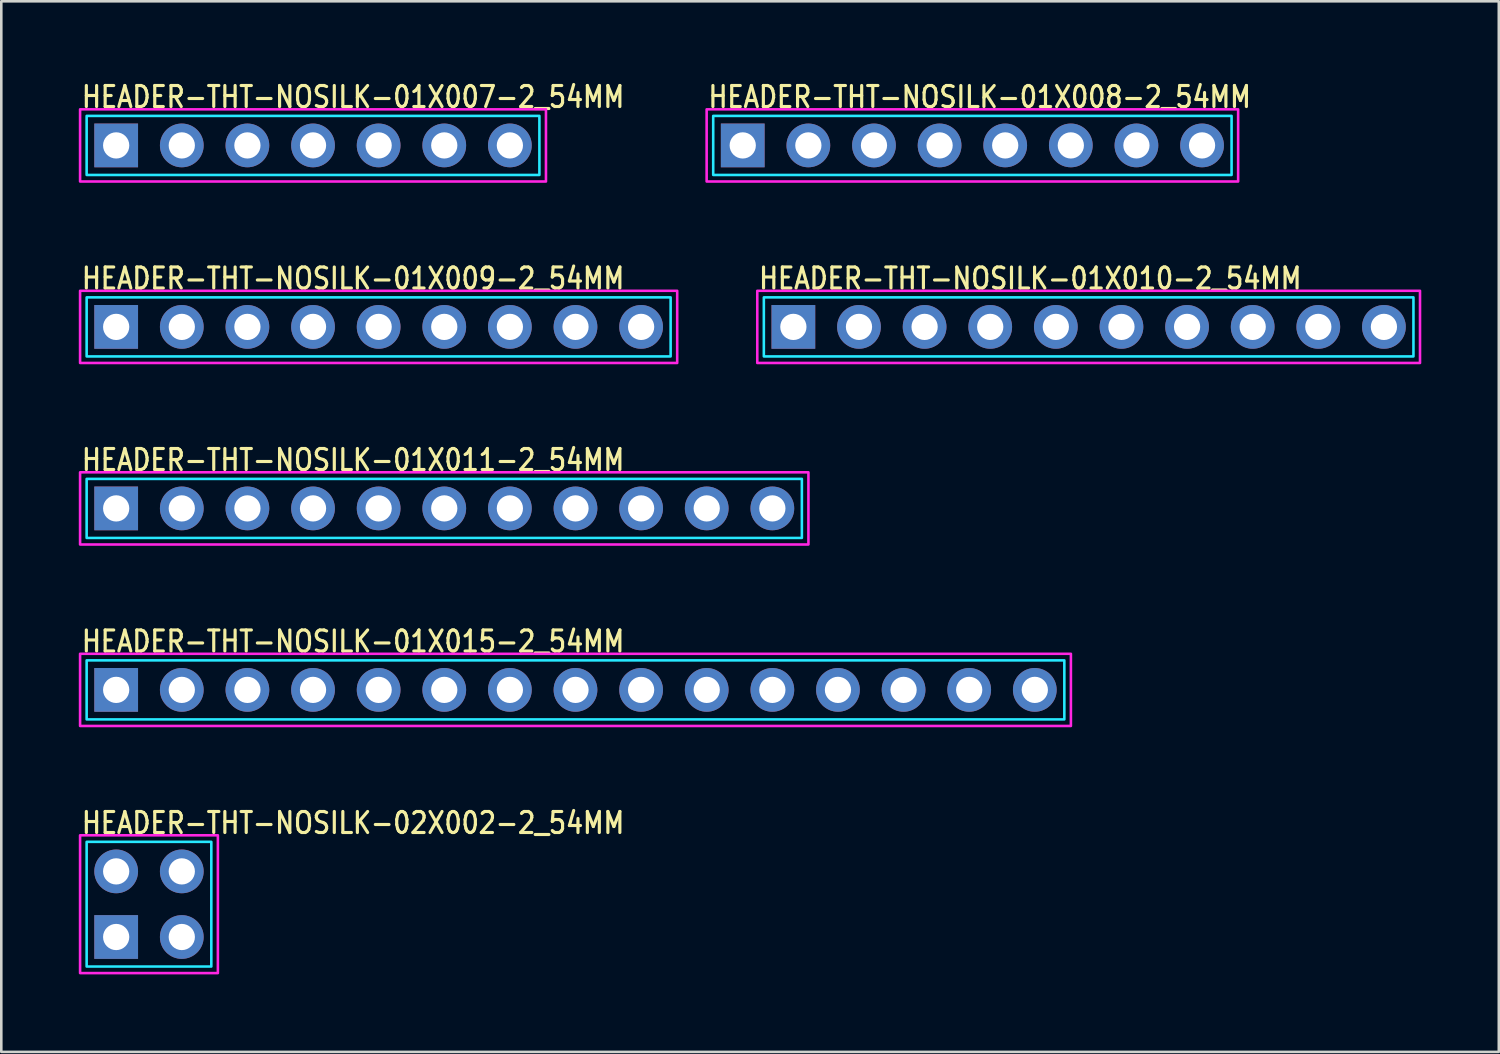
<source format=kicad_pcb>
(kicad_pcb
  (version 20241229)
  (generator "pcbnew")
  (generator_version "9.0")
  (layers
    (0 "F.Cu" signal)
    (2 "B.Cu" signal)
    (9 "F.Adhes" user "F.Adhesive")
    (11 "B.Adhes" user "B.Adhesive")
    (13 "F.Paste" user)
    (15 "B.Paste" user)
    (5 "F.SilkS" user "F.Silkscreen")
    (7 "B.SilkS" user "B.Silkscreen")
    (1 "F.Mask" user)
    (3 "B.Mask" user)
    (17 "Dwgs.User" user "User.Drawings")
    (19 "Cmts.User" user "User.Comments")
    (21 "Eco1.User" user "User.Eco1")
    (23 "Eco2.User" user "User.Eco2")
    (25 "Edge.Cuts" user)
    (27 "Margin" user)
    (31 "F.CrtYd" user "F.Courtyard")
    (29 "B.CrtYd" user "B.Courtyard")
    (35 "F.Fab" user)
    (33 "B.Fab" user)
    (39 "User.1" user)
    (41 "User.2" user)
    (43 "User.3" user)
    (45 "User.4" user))
  (footprint "HEADER-THT-NOSILK-01X010-2_54MM"
    (layer "F.Cu")
    (at 27.661 9.604)
    (property "Reference" "HEADER-THT-NOSILK-01X010-2_54MM" (at -1.4 -1.4 0) (unlocked yes) (layer "F.SilkS") (effects (font (size 0.813 0.695) (thickness 0.122)) (justify left bottom)))
    (fp_poly (pts (xy -1.143 -1.143) (xy 24.003 -1.143) (xy 24.003 1.143) (xy -1.143 1.143)) (stroke (width 0.1) (type solid)) (fill no) (layer "B.CrtYd"))
    (fp_poly (pts (xy -1.397 -1.397) (xy 24.257 -1.397) (xy 24.257 1.397) (xy -1.397 1.397)) (stroke (width 0.1) (type solid)) (fill no) (layer "F.CrtYd"))
    (pad "P$1" thru_hole rect (at 0 0) (size 1.693 1.693) (drill 1.016) (layers "*.Cu" "*.Mask"))
    (pad "P$2" thru_hole oval (at 2.54 0) (size 1.693 1.693) (drill 1.016) (layers "*.Cu" "*.Mask"))
    (pad "P$3" thru_hole oval (at 5.08 0) (size 1.693 1.693) (drill 1.016) (layers "*.Cu" "*.Mask"))
    (pad "P$4" thru_hole oval (at 7.62 0) (size 1.693 1.693) (drill 1.016) (layers "*.Cu" "*.Mask"))
    (pad "P$5" thru_hole oval (at 10.16 0) (size 1.693 1.693) (drill 1.016) (layers "*.Cu" "*.Mask"))
    (pad "P$6" thru_hole oval (at 12.7 0) (size 1.693 1.693) (drill 1.016) (layers "*.Cu" "*.Mask"))
    (pad "P$7" thru_hole oval (at 15.24 0) (size 1.693 1.693) (drill 1.016) (layers "*.Cu" "*.Mask"))
    (pad "P$8" thru_hole oval (at 17.78 0) (size 1.693 1.693) (drill 1.016) (layers "*.Cu" "*.Mask"))
    (pad "P$9" thru_hole oval (at 20.32 0) (size 1.693 1.693) (drill 1.016) (layers "*.Cu" "*.Mask"))
    (pad "P$10" thru_hole oval (at 22.86 0) (size 1.693 1.693) (drill 1.016) (layers "*.Cu" "*.Mask")))
  (footprint "HEADER-THT-NOSILK-02X002-2_54MM"
    (layer "F.Cu")
    (at 1.447 33.221)
    (property "Reference" "HEADER-THT-NOSILK-02X002-2_54MM" (at -1.4 -3.94 0) (unlocked yes) (layer "F.SilkS") (effects (font (size 0.813 0.695) (thickness 0.122)) (justify left bottom)))
    (fp_poly (pts (xy -1.143 -3.683) (xy 3.683 -3.683) (xy 3.683 1.143) (xy -1.143 1.143)) (stroke (width 0.1) (type solid)) (fill no) (layer "B.CrtYd"))
    (fp_poly (pts (xy -1.397 -3.937) (xy 3.937 -3.937) (xy 3.937 1.397) (xy -1.397 1.397)) (stroke (width 0.1) (type solid)) (fill no) (layer "F.CrtYd"))
    (pad "P$1" thru_hole rect (at 0 0) (size 1.693 1.693) (drill 1.016) (layers "*.Cu" "*.Mask"))
    (pad "P$2" thru_hole oval (at 0 -2.54) (size 1.693 1.693) (drill 1.016) (layers "*.Cu" "*.Mask"))
    (pad "P$3" thru_hole oval (at 2.54 0) (size 1.693 1.693) (drill 1.016) (layers "*.Cu" "*.Mask"))
    (pad "P$4" thru_hole oval (at 2.54 -2.54) (size 1.693 1.693) (drill 1.016) (layers "*.Cu" "*.Mask")))
  (footprint "HEADER-THT-NOSILK-01X007-2_54MM"
    (layer "F.Cu")
    (at 1.447 2.579)
    (property "Reference" "HEADER-THT-NOSILK-01X007-2_54MM" (at -1.4 -1.4 0) (unlocked yes) (layer "F.SilkS") (effects (font (size 0.813 0.695) (thickness 0.122)) (justify left bottom)))
    (fp_poly (pts (xy -1.143 -1.143) (xy 16.383 -1.143) (xy 16.383 1.143) (xy -1.143 1.143)) (stroke (width 0.1) (type solid)) (fill no) (layer "B.CrtYd"))
    (fp_poly (pts (xy -1.397 -1.397) (xy 16.637 -1.397) (xy 16.637 1.397) (xy -1.397 1.397)) (stroke (width 0.1) (type solid)) (fill no) (layer "F.CrtYd"))
    (pad "P$1" thru_hole rect (at 0 0) (size 1.693 1.693) (drill 1.016) (layers "*.Cu" "*.Mask"))
    (pad "P$2" thru_hole oval (at 2.54 0) (size 1.693 1.693) (drill 1.016) (layers "*.Cu" "*.Mask"))
    (pad "P$3" thru_hole oval (at 5.08 0) (size 1.693 1.693) (drill 1.016) (layers "*.Cu" "*.Mask"))
    (pad "P$4" thru_hole oval (at 7.62 0) (size 1.693 1.693) (drill 1.016) (layers "*.Cu" "*.Mask"))
    (pad "P$5" thru_hole oval (at 10.16 0) (size 1.693 1.693) (drill 1.016) (layers "*.Cu" "*.Mask"))
    (pad "P$6" thru_hole oval (at 12.7 0) (size 1.693 1.693) (drill 1.016) (layers "*.Cu" "*.Mask"))
    (pad "P$7" thru_hole oval (at 15.24 0) (size 1.693 1.693) (drill 1.016) (layers "*.Cu" "*.Mask")))
  (footprint "HEADER-THT-NOSILK-01X011-2_54MM"
    (layer "F.Cu")
    (at 1.447 16.63)
    (property "Reference" "HEADER-THT-NOSILK-01X011-2_54MM" (at -1.4 -1.4 0) (unlocked yes) (layer "F.SilkS") (effects (font (size 0.813 0.695) (thickness 0.122)) (justify left bottom)))
    (fp_poly (pts (xy -1.143 -1.143) (xy 26.543 -1.143) (xy 26.543 1.143) (xy -1.143 1.143)) (stroke (width 0.1) (type solid)) (fill no) (layer "B.CrtYd"))
    (fp_poly (pts (xy -1.397 -1.397) (xy 26.797 -1.397) (xy 26.797 1.397) (xy -1.397 1.397)) (stroke (width 0.1) (type solid)) (fill no) (layer "F.CrtYd"))
    (pad "P$1" thru_hole rect (at 0 0) (size 1.693 1.693) (drill 1.016) (layers "*.Cu" "*.Mask"))
    (pad "P$2" thru_hole oval (at 2.54 0) (size 1.693 1.693) (drill 1.016) (layers "*.Cu" "*.Mask"))
    (pad "P$3" thru_hole oval (at 5.08 0) (size 1.693 1.693) (drill 1.016) (layers "*.Cu" "*.Mask"))
    (pad "P$4" thru_hole oval (at 7.62 0) (size 1.693 1.693) (drill 1.016) (layers "*.Cu" "*.Mask"))
    (pad "P$5" thru_hole oval (at 10.16 0) (size 1.693 1.693) (drill 1.016) (layers "*.Cu" "*.Mask"))
    (pad "P$6" thru_hole oval (at 12.7 0) (size 1.693 1.693) (drill 1.016) (layers "*.Cu" "*.Mask"))
    (pad "P$7" thru_hole oval (at 15.24 0) (size 1.693 1.693) (drill 1.016) (layers "*.Cu" "*.Mask"))
    (pad "P$8" thru_hole oval (at 17.78 0) (size 1.693 1.693) (drill 1.016) (layers "*.Cu" "*.Mask"))
    (pad "P$9" thru_hole oval (at 20.32 0) (size 1.693 1.693) (drill 1.016) (layers "*.Cu" "*.Mask"))
    (pad "P$10" thru_hole oval (at 22.86 0) (size 1.693 1.693) (drill 1.016) (layers "*.Cu" "*.Mask"))
    (pad "P$11" thru_hole oval (at 25.4 0) (size 1.693 1.693) (drill 1.016) (layers "*.Cu" "*.Mask")))
  (footprint "HEADER-THT-NOSILK-01X009-2_54MM"
    (layer "F.Cu")
    (at 1.447 9.604)
    (property "Reference" "HEADER-THT-NOSILK-01X009-2_54MM" (at -1.4 -1.4 0) (unlocked yes) (layer "F.SilkS") (effects (font (size 0.813 0.695) (thickness 0.122)) (justify left bottom)))
    (fp_poly (pts (xy -1.143 -1.143) (xy 21.463 -1.143) (xy 21.463 1.143) (xy -1.143 1.143)) (stroke (width 0.1) (type solid)) (fill no) (layer "B.CrtYd"))
    (fp_poly (pts (xy -1.397 -1.397) (xy 21.717 -1.397) (xy 21.717 1.397) (xy -1.397 1.397)) (stroke (width 0.1) (type solid)) (fill no) (layer "F.CrtYd"))
    (pad "P$1" thru_hole rect (at 0 0) (size 1.693 1.693) (drill 1.016) (layers "*.Cu" "*.Mask"))
    (pad "P$2" thru_hole oval (at 2.54 0) (size 1.693 1.693) (drill 1.016) (layers "*.Cu" "*.Mask"))
    (pad "P$3" thru_hole oval (at 5.08 0) (size 1.693 1.693) (drill 1.016) (layers "*.Cu" "*.Mask"))
    (pad "P$4" thru_hole oval (at 7.62 0) (size 1.693 1.693) (drill 1.016) (layers "*.Cu" "*.Mask"))
    (pad "P$5" thru_hole oval (at 10.16 0) (size 1.693 1.693) (drill 1.016) (layers "*.Cu" "*.Mask"))
    (pad "P$6" thru_hole oval (at 12.7 0) (size 1.693 1.693) (drill 1.016) (layers "*.Cu" "*.Mask"))
    (pad "P$7" thru_hole oval (at 15.24 0) (size 1.693 1.693) (drill 1.016) (layers "*.Cu" "*.Mask"))
    (pad "P$8" thru_hole oval (at 17.78 0) (size 1.693 1.693) (drill 1.016) (layers "*.Cu" "*.Mask"))
    (pad "P$9" thru_hole oval (at 20.32 0) (size 1.693 1.693) (drill 1.016) (layers "*.Cu" "*.Mask")))
  (footprint "HEADER-THT-NOSILK-01X008-2_54MM"
    (layer "F.Cu")
    (at 25.701 2.579)
    (property "Reference" "HEADER-THT-NOSILK-01X008-2_54MM" (at -1.4 -1.4 0) (unlocked yes) (layer "F.SilkS") (effects (font (size 0.813 0.695) (thickness 0.122)) (justify left bottom)))
    (fp_poly (pts (xy -1.143 -1.143) (xy 18.923 -1.143) (xy 18.923 1.143) (xy -1.143 1.143)) (stroke (width 0.1) (type solid)) (fill no) (layer "B.CrtYd"))
    (fp_poly (pts (xy -1.397 -1.397) (xy 19.177 -1.397) (xy 19.177 1.397) (xy -1.397 1.397)) (stroke (width 0.1) (type solid)) (fill no) (layer "F.CrtYd"))
    (pad "P$1" thru_hole rect (at 0 0) (size 1.693 1.693) (drill 1.016) (layers "*.Cu" "*.Mask"))
    (pad "P$2" thru_hole oval (at 2.54 0) (size 1.693 1.693) (drill 1.016) (layers "*.Cu" "*.Mask"))
    (pad "P$3" thru_hole oval (at 5.08 0) (size 1.693 1.693) (drill 1.016) (layers "*.Cu" "*.Mask"))
    (pad "P$4" thru_hole oval (at 7.62 0) (size 1.693 1.693) (drill 1.016) (layers "*.Cu" "*.Mask"))
    (pad "P$5" thru_hole oval (at 10.16 0) (size 1.693 1.693) (drill 1.016) (layers "*.Cu" "*.Mask"))
    (pad "P$6" thru_hole oval (at 12.7 0) (size 1.693 1.693) (drill 1.016) (layers "*.Cu" "*.Mask"))
    (pad "P$7" thru_hole oval (at 15.24 0) (size 1.693 1.693) (drill 1.016) (layers "*.Cu" "*.Mask"))
    (pad "P$8" thru_hole oval (at 17.78 0) (size 1.693 1.693) (drill 1.016) (layers "*.Cu" "*.Mask")))
  (footprint "HEADER-THT-NOSILK-01X015-2_54MM"
    (layer "F.Cu")
    (at 1.447 23.655)
    (property "Reference" "HEADER-THT-NOSILK-01X015-2_54MM" (at -1.4 -1.4 0) (unlocked yes) (layer "F.SilkS") (effects (font (size 0.813 0.695) (thickness 0.122)) (justify left bottom)))
    (fp_poly (pts (xy -1.143 -1.143) (xy 36.703 -1.143) (xy 36.703 1.143) (xy -1.143 1.143)) (stroke (width 0.1) (type solid)) (fill no) (layer "B.CrtYd"))
    (fp_poly (pts (xy -1.397 -1.397) (xy 36.957 -1.397) (xy 36.957 1.397) (xy -1.397 1.397)) (stroke (width 0.1) (type solid)) (fill no) (layer "F.CrtYd"))
    (pad "P$1" thru_hole rect (at 0 0) (size 1.693 1.693) (drill 1.016) (layers "*.Cu" "*.Mask"))
    (pad "P$2" thru_hole oval (at 2.54 0) (size 1.693 1.693) (drill 1.016) (layers "*.Cu" "*.Mask"))
    (pad "P$3" thru_hole oval (at 5.08 0) (size 1.693 1.693) (drill 1.016) (layers "*.Cu" "*.Mask"))
    (pad "P$4" thru_hole oval (at 7.62 0) (size 1.693 1.693) (drill 1.016) (layers "*.Cu" "*.Mask"))
    (pad "P$5" thru_hole oval (at 10.16 0) (size 1.693 1.693) (drill 1.016) (layers "*.Cu" "*.Mask"))
    (pad "P$6" thru_hole oval (at 12.7 0) (size 1.693 1.693) (drill 1.016) (layers "*.Cu" "*.Mask"))
    (pad "P$7" thru_hole oval (at 15.24 0) (size 1.693 1.693) (drill 1.016) (layers "*.Cu" "*.Mask"))
    (pad "P$8" thru_hole oval (at 17.78 0) (size 1.693 1.693) (drill 1.016) (layers "*.Cu" "*.Mask"))
    (pad "P$9" thru_hole oval (at 20.32 0) (size 1.693 1.693) (drill 1.016) (layers "*.Cu" "*.Mask"))
    (pad "P$10" thru_hole oval (at 22.86 0) (size 1.693 1.693) (drill 1.016) (layers "*.Cu" "*.Mask"))
    (pad "P$11" thru_hole oval (at 25.4 0) (size 1.693 1.693) (drill 1.016) (layers "*.Cu" "*.Mask"))
    (pad "P$12" thru_hole oval (at 27.94 0) (size 1.693 1.693) (drill 1.016) (layers "*.Cu" "*.Mask"))
    (pad "P$13" thru_hole oval (at 30.48 0) (size 1.693 1.693) (drill 1.016) (layers "*.Cu" "*.Mask"))
    (pad "P$14" thru_hole oval (at 33.02 0) (size 1.693 1.693) (drill 1.016) (layers "*.Cu" "*.Mask"))
    (pad "P$15" thru_hole oval (at 35.56 0) (size 1.693 1.693) (drill 1.016) (layers "*.Cu" "*.Mask")))
  (gr_rect
    (start -3 -3)
    (end 54.968 37.668)
    (stroke (width 0.1) (type default))
    (fill no)
    (layer "Edge.Cuts")))
</source>
